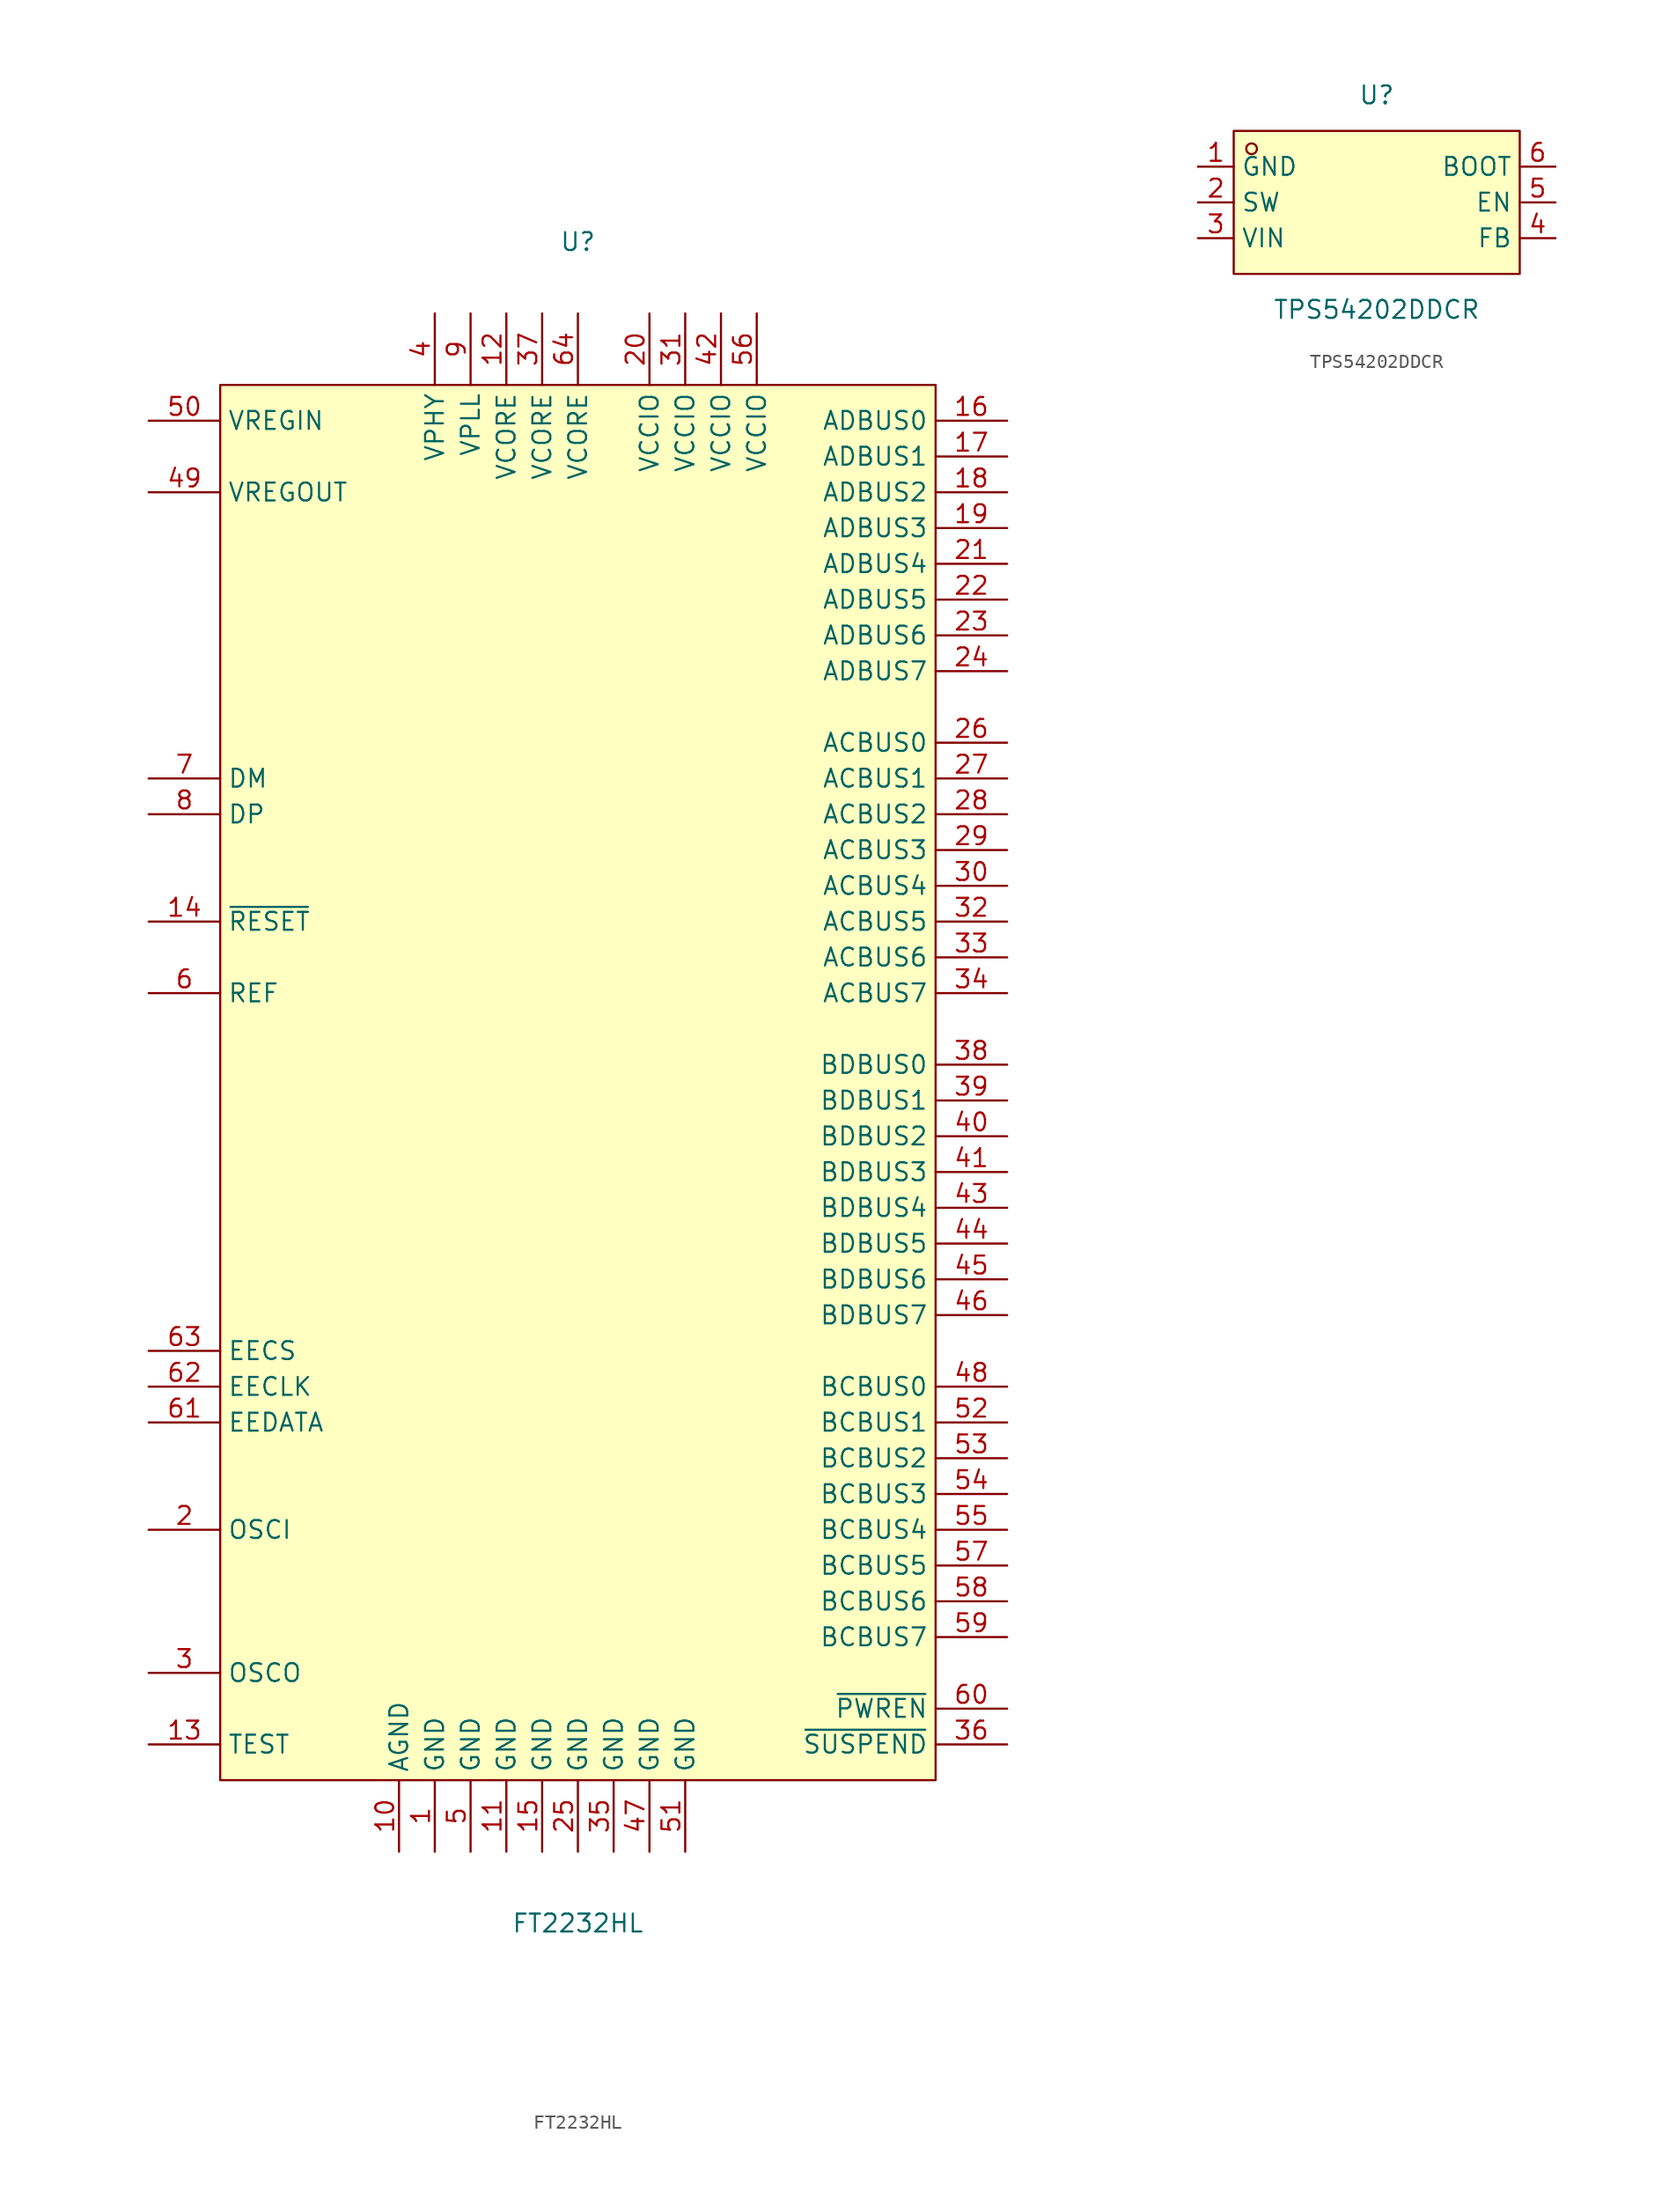
<source format=kicad_sym>
(kicad_symbol_lib
  (version 20211014)
  (generator https://github.com/uPesy/easyeda2kicad.py)
  (symbol "FT2232HL"
    (property "Reference" "U"
      (at 0 59.69 0)
      (effects (font (size 1.27 1.27))))
    (property "Value" "FT2232HL"
      (at 0 -59.69 0)
      (effects (font (size 1.27 1.27))))
    (symbol "FT2232HL_0_1"
      (rectangle (start -25.40 49.53) (end 25.40 -49.53) (stroke (width 0) (type default) (color 0 0 0 0)) (fill (type background)))
      (pin power_in line (at -10.16 -54.61 90) (length 5.08) (name "GND" (effects (font (size 1.27 1.27)))) (number "1" (effects (font (size 1.27 1.27)))))
      (pin unspecified line (at -30.48 -31.75 0) (length 5.08) (name "OSCI" (effects (font (size 1.27 1.27)))) (number "2" (effects (font (size 1.27 1.27)))))
      (pin output line (at -30.48 -41.91 0) (length 5.08) (name "OSCO" (effects (font (size 1.27 1.27)))) (number "3" (effects (font (size 1.27 1.27)))))
      (pin power_in line (at -10.16 54.61 270) (length 5.08) (name "VPHY" (effects (font (size 1.27 1.27)))) (number "4" (effects (font (size 1.27 1.27)))))
      (pin power_in line (at -7.62 -54.61 90) (length 5.08) (name "GND" (effects (font (size 1.27 1.27)))) (number "5" (effects (font (size 1.27 1.27)))))
      (pin unspecified line (at -30.48 6.35 0) (length 5.08) (name "REF" (effects (font (size 1.27 1.27)))) (number "6" (effects (font (size 1.27 1.27)))))
      (pin unspecified line (at -30.48 21.59 0) (length 5.08) (name "DM" (effects (font (size 1.27 1.27)))) (number "7" (effects (font (size 1.27 1.27)))))
      (pin unspecified line (at -30.48 19.05 0) (length 5.08) (name "DP" (effects (font (size 1.27 1.27)))) (number "8" (effects (font (size 1.27 1.27)))))
      (pin power_in line (at -7.62 54.61 270) (length 5.08) (name "VPLL" (effects (font (size 1.27 1.27)))) (number "9" (effects (font (size 1.27 1.27)))))
      (pin power_in line (at -12.70 -54.61 90) (length 5.08) (name "AGND" (effects (font (size 1.27 1.27)))) (number "10" (effects (font (size 1.27 1.27)))))
      (pin power_in line (at -5.08 -54.61 90) (length 5.08) (name "GND" (effects (font (size 1.27 1.27)))) (number "11" (effects (font (size 1.27 1.27)))))
      (pin power_in line (at -5.08 54.61 270) (length 5.08) (name "VCORE" (effects (font (size 1.27 1.27)))) (number "12" (effects (font (size 1.27 1.27)))))
      (pin unspecified line (at -30.48 -46.99 0) (length 5.08) (name "TEST" (effects (font (size 1.27 1.27)))) (number "13" (effects (font (size 1.27 1.27)))))
      (pin unspecified line (at -30.48 11.43 0) (length 5.08) (name "~{RESET}" (effects (font (size 1.27 1.27)))) (number "14" (effects (font (size 1.27 1.27)))))
      (pin power_in line (at -2.54 -54.61 90) (length 5.08) (name "GND" (effects (font (size 1.27 1.27)))) (number "15" (effects (font (size 1.27 1.27)))))
      (pin bidirectional line (at 30.48 46.99 180) (length 5.08) (name "ADBUS0" (effects (font (size 1.27 1.27)))) (number "16" (effects (font (size 1.27 1.27)))))
      (pin bidirectional line (at 30.48 44.45 180) (length 5.08) (name "ADBUS1" (effects (font (size 1.27 1.27)))) (number "17" (effects (font (size 1.27 1.27)))))
      (pin bidirectional line (at 30.48 41.91 180) (length 5.08) (name "ADBUS2" (effects (font (size 1.27 1.27)))) (number "18" (effects (font (size 1.27 1.27)))))
      (pin bidirectional line (at 30.48 39.37 180) (length 5.08) (name "ADBUS3" (effects (font (size 1.27 1.27)))) (number "19" (effects (font (size 1.27 1.27)))))
      (pin power_in line (at 5.08 54.61 270) (length 5.08) (name "VCCIO" (effects (font (size 1.27 1.27)))) (number "20" (effects (font (size 1.27 1.27)))))
      (pin bidirectional line (at 30.48 36.83 180) (length 5.08) (name "ADBUS4" (effects (font (size 1.27 1.27)))) (number "21" (effects (font (size 1.27 1.27)))))
      (pin bidirectional line (at 30.48 34.29 180) (length 5.08) (name "ADBUS5" (effects (font (size 1.27 1.27)))) (number "22" (effects (font (size 1.27 1.27)))))
      (pin bidirectional line (at 30.48 31.75 180) (length 5.08) (name "ADBUS6" (effects (font (size 1.27 1.27)))) (number "23" (effects (font (size 1.27 1.27)))))
      (pin bidirectional line (at 30.48 29.21 180) (length 5.08) (name "ADBUS7" (effects (font (size 1.27 1.27)))) (number "24" (effects (font (size 1.27 1.27)))))
      (pin power_in line (at 0.00 -54.61 90) (length 5.08) (name "GND" (effects (font (size 1.27 1.27)))) (number "25" (effects (font (size 1.27 1.27)))))
      (pin bidirectional line (at 30.48 24.13 180) (length 5.08) (name "ACBUS0" (effects (font (size 1.27 1.27)))) (number "26" (effects (font (size 1.27 1.27)))))
      (pin bidirectional line (at 30.48 21.59 180) (length 5.08) (name "ACBUS1" (effects (font (size 1.27 1.27)))) (number "27" (effects (font (size 1.27 1.27)))))
      (pin bidirectional line (at 30.48 19.05 180) (length 5.08) (name "ACBUS2" (effects (font (size 1.27 1.27)))) (number "28" (effects (font (size 1.27 1.27)))))
      (pin bidirectional line (at 30.48 16.51 180) (length 5.08) (name "ACBUS3" (effects (font (size 1.27 1.27)))) (number "29" (effects (font (size 1.27 1.27)))))
      (pin bidirectional line (at 30.48 13.97 180) (length 5.08) (name "ACBUS4" (effects (font (size 1.27 1.27)))) (number "30" (effects (font (size 1.27 1.27)))))
      (pin power_in line (at 7.62 54.61 270) (length 5.08) (name "VCCIO" (effects (font (size 1.27 1.27)))) (number "31" (effects (font (size 1.27 1.27)))))
      (pin bidirectional line (at 30.48 11.43 180) (length 5.08) (name "ACBUS5" (effects (font (size 1.27 1.27)))) (number "32" (effects (font (size 1.27 1.27)))))
      (pin bidirectional line (at 30.48 8.89 180) (length 5.08) (name "ACBUS6" (effects (font (size 1.27 1.27)))) (number "33" (effects (font (size 1.27 1.27)))))
      (pin bidirectional line (at 30.48 6.35 180) (length 5.08) (name "ACBUS7" (effects (font (size 1.27 1.27)))) (number "34" (effects (font (size 1.27 1.27)))))
      (pin power_in line (at 2.54 -54.61 90) (length 5.08) (name "GND" (effects (font (size 1.27 1.27)))) (number "35" (effects (font (size 1.27 1.27)))))
      (pin output line (at 30.48 -46.99 180) (length 5.08) (name "~{SUSPEND}" (effects (font (size 1.27 1.27)))) (number "36" (effects (font (size 1.27 1.27)))))
      (pin power_in line (at -2.54 54.61 270) (length 5.08) (name "VCORE" (effects (font (size 1.27 1.27)))) (number "37" (effects (font (size 1.27 1.27)))))
      (pin bidirectional line (at 30.48 1.27 180) (length 5.08) (name "BDBUS0" (effects (font (size 1.27 1.27)))) (number "38" (effects (font (size 1.27 1.27)))))
      (pin bidirectional line (at 30.48 -1.27 180) (length 5.08) (name "BDBUS1" (effects (font (size 1.27 1.27)))) (number "39" (effects (font (size 1.27 1.27)))))
      (pin bidirectional line (at 30.48 -3.81 180) (length 5.08) (name "BDBUS2" (effects (font (size 1.27 1.27)))) (number "40" (effects (font (size 1.27 1.27)))))
      (pin bidirectional line (at 30.48 -6.35 180) (length 5.08) (name "BDBUS3" (effects (font (size 1.27 1.27)))) (number "41" (effects (font (size 1.27 1.27)))))
      (pin power_in line (at 10.16 54.61 270) (length 5.08) (name "VCCIO" (effects (font (size 1.27 1.27)))) (number "42" (effects (font (size 1.27 1.27)))))
      (pin bidirectional line (at 30.48 -8.89 180) (length 5.08) (name "BDBUS4" (effects (font (size 1.27 1.27)))) (number "43" (effects (font (size 1.27 1.27)))))
      (pin bidirectional line (at 30.48 -11.43 180) (length 5.08) (name "BDBUS5" (effects (font (size 1.27 1.27)))) (number "44" (effects (font (size 1.27 1.27)))))
      (pin bidirectional line (at 30.48 -13.97 180) (length 5.08) (name "BDBUS6" (effects (font (size 1.27 1.27)))) (number "45" (effects (font (size 1.27 1.27)))))
      (pin bidirectional line (at 30.48 -16.51 180) (length 5.08) (name "BDBUS7" (effects (font (size 1.27 1.27)))) (number "46" (effects (font (size 1.27 1.27)))))
      (pin power_in line (at 5.08 -54.61 90) (length 5.08) (name "GND" (effects (font (size 1.27 1.27)))) (number "47" (effects (font (size 1.27 1.27)))))
      (pin bidirectional line (at 30.48 -21.59 180) (length 5.08) (name "BCBUS0" (effects (font (size 1.27 1.27)))) (number "48" (effects (font (size 1.27 1.27)))))
      (pin power_in line (at -30.48 41.91 0) (length 5.08) (name "VREGOUT" (effects (font (size 1.27 1.27)))) (number "49" (effects (font (size 1.27 1.27)))))
      (pin power_in line (at -30.48 46.99 0) (length 5.08) (name "VREGIN" (effects (font (size 1.27 1.27)))) (number "50" (effects (font (size 1.27 1.27)))))
      (pin power_in line (at 7.62 -54.61 90) (length 5.08) (name "GND" (effects (font (size 1.27 1.27)))) (number "51" (effects (font (size 1.27 1.27)))))
      (pin bidirectional line (at 30.48 -24.13 180) (length 5.08) (name "BCBUS1" (effects (font (size 1.27 1.27)))) (number "52" (effects (font (size 1.27 1.27)))))
      (pin bidirectional line (at 30.48 -26.67 180) (length 5.08) (name "BCBUS2" (effects (font (size 1.27 1.27)))) (number "53" (effects (font (size 1.27 1.27)))))
      (pin bidirectional line (at 30.48 -29.21 180) (length 5.08) (name "BCBUS3" (effects (font (size 1.27 1.27)))) (number "54" (effects (font (size 1.27 1.27)))))
      (pin power_in line (at 12.70 54.61 270) (length 5.08) (name "VCCIO" (effects (font (size 1.27 1.27)))) (number "56" (effects (font (size 1.27 1.27)))))
      (pin bidirectional line (at 30.48 -31.75 180) (length 5.08) (name "BCBUS4" (effects (font (size 1.27 1.27)))) (number "55" (effects (font (size 1.27 1.27)))))
      (pin bidirectional line (at 30.48 -34.29 180) (length 5.08) (name "BCBUS5" (effects (font (size 1.27 1.27)))) (number "57" (effects (font (size 1.27 1.27)))))
      (pin bidirectional line (at 30.48 -36.83 180) (length 5.08) (name "BCBUS6" (effects (font (size 1.27 1.27)))) (number "58" (effects (font (size 1.27 1.27)))))
      (pin bidirectional line (at 30.48 -39.37 180) (length 5.08) (name "BCBUS7" (effects (font (size 1.27 1.27)))) (number "59" (effects (font (size 1.27 1.27)))))
      (pin output line (at 30.48 -44.45 180) (length 5.08) (name "~{PWREN}" (effects (font (size 1.27 1.27)))) (number "60" (effects (font (size 1.27 1.27)))))
      (pin output line (at -30.48 -21.59 0) (length 5.08) (name "EECLK" (effects (font (size 1.27 1.27)))) (number "62" (effects (font (size 1.27 1.27)))))
      (pin bidirectional line (at -30.48 -24.13 0) (length 5.08) (name "EEDATA" (effects (font (size 1.27 1.27)))) (number "61" (effects (font (size 1.27 1.27)))))
      (pin bidirectional line (at -30.48 -19.05 0) (length 5.08) (name "EECS" (effects (font (size 1.27 1.27)))) (number "63" (effects (font (size 1.27 1.27)))))
      (pin power_in line (at 0.00 54.61 270) (length 5.08) (name "VCORE" (effects (font (size 1.27 1.27)))) (number "64" (effects (font (size 1.27 1.27)))))))
  (symbol "TPS54202DDCR"
    (property "Reference" "U"
      (at 0 7.62 0)
      (effects (font (size 1.27 1.27))))
    (property "Value" "TPS54202DDCR"
      (at 0 -7.62 0)
      (effects (font (size 1.27 1.27))))
    (symbol "TPS54202DDCR_0_1"
      (rectangle (start -10.16 5.08) (end 10.16 -5.08) (stroke (width 0) (type default) (color 0 0 0 0)) (fill (type background)))
      (circle (center -8.89 3.81) (radius 0.38) (stroke (width 0) (type default) (color 0 0 0 0)) (fill (type none)))
      (pin unspecified line (at -12.70 2.54 0) (length 2.54) (name "GND" (effects (font (size 1.27 1.27)))) (number "1" (effects (font (size 1.27 1.27)))))
      (pin unspecified line (at -12.70 -0.00 0) (length 2.54) (name "SW" (effects (font (size 1.27 1.27)))) (number "2" (effects (font (size 1.27 1.27)))))
      (pin unspecified line (at -12.70 -2.54 0) (length 2.54) (name "VIN" (effects (font (size 1.27 1.27)))) (number "3" (effects (font (size 1.27 1.27)))))
      (pin unspecified line (at 12.70 -2.54 180) (length 2.54) (name "FB" (effects (font (size 1.27 1.27)))) (number "4" (effects (font (size 1.27 1.27)))))
      (pin unspecified line (at 12.70 -0.00 180) (length 2.54) (name "EN" (effects (font (size 1.27 1.27)))) (number "5" (effects (font (size 1.27 1.27)))))
      (pin unspecified line (at 12.70 2.54 180) (length 2.54) (name "BOOT" (effects (font (size 1.27 1.27)))) (number "6" (effects (font (size 1.27 1.27))))))))
</source>
